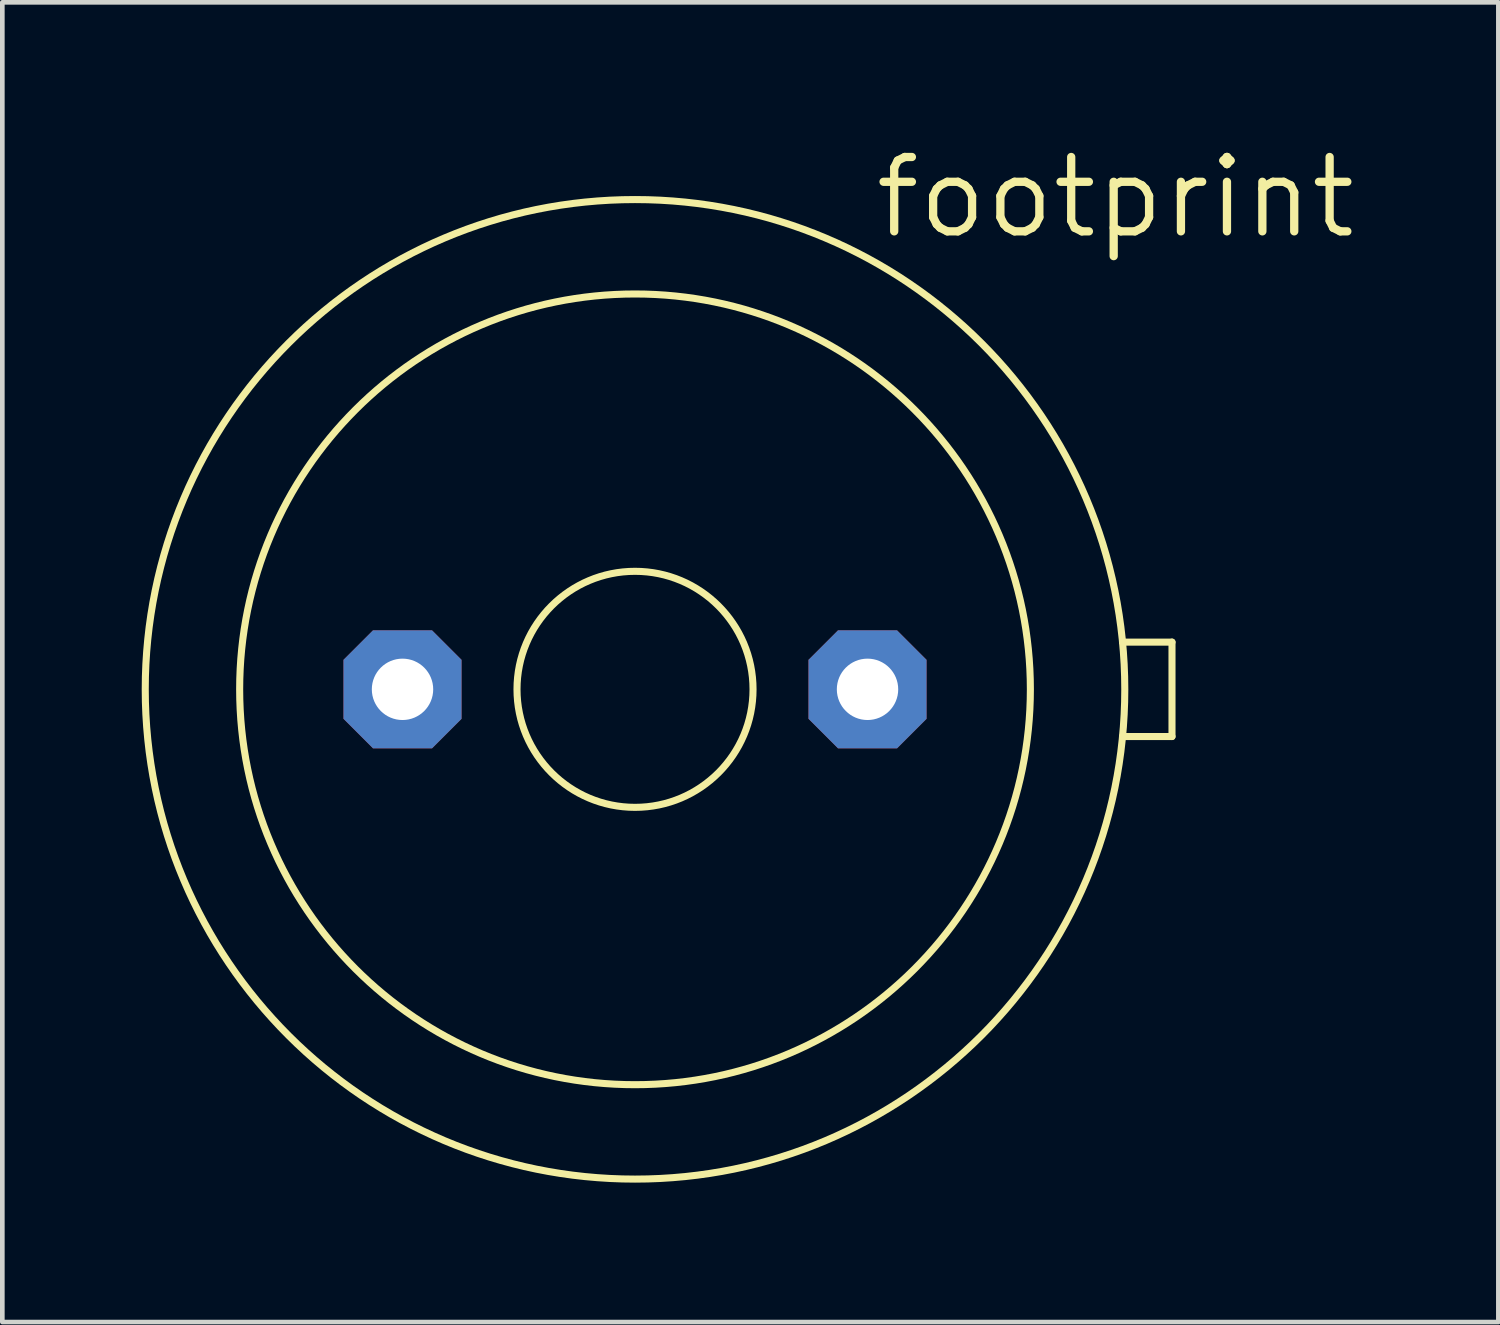
<source format=kicad_pcb>
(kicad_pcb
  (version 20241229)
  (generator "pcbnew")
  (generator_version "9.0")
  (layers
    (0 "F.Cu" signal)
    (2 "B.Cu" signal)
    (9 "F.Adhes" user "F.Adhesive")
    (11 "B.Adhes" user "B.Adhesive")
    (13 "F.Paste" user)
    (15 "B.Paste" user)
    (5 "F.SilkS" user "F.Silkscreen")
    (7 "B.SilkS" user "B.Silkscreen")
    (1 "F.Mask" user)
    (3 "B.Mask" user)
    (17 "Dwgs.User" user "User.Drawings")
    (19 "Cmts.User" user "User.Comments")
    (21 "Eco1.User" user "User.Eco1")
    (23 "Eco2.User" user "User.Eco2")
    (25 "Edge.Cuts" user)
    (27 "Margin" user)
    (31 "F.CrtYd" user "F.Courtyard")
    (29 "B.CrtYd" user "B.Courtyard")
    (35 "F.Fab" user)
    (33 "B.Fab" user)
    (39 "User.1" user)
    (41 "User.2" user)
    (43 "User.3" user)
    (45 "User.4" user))
  (footprint "footprint"
    (layer "F.Cu")
    (at 10.617 11.786)
    (property "Reference" "footprint" (at 5.08 -9.652 0) (layer "F.SilkS") (effects (font (size 1.6 1.6) (thickness 0.178)) (justify left bottom)))
    (fp_line (start 10.492 -1.016) (end 11.557 -1.016) (stroke (width 0.152) (type solid)) (layer "F.SilkS"))
    (fp_line (start 10.492 1.016) (end 11.557 1.016) (stroke (width 0.152) (type solid)) (layer "F.SilkS"))
    (fp_line (start 11.557 -1.016) (end 11.557 1.016) (stroke (width 0.152) (type solid)) (layer "F.SilkS"))
    (fp_circle (center 0 0) (end 2.54 0) (stroke (width 0.152) (type solid)) (fill no) (layer "F.SilkS"))
    (fp_circle (center 0 0) (end 8.509 0) (stroke (width 0.152) (type solid)) (fill no) (layer "F.SilkS"))
    (fp_circle (center 0 0) (end 10.541 0) (stroke (width 0.152) (type solid)) (fill no) (layer "F.SilkS"))
    (pad "1" thru_hole roundrect (at -5.004 0) (size 2.54 2.54) (drill 1.321) (layers "*.Cu" "*.Mask") (roundrect_rratio 0.25) (chamfer_ratio 0.25) (chamfer top_left top_right bottom_left bottom_right))
    (pad "2" thru_hole roundrect (at 5.004 0) (size 2.54 2.54) (drill 1.321) (layers "*.Cu" "*.Mask") (roundrect_rratio 0.25) (chamfer_ratio 0.25) (chamfer top_left top_right bottom_left bottom_right)))
  (gr_rect
    (start -3 -3)
    (end 29.198 25.403)
    (stroke (width 0.1) (type default))
    (fill no)
    (layer "Edge.Cuts")))
</source>
